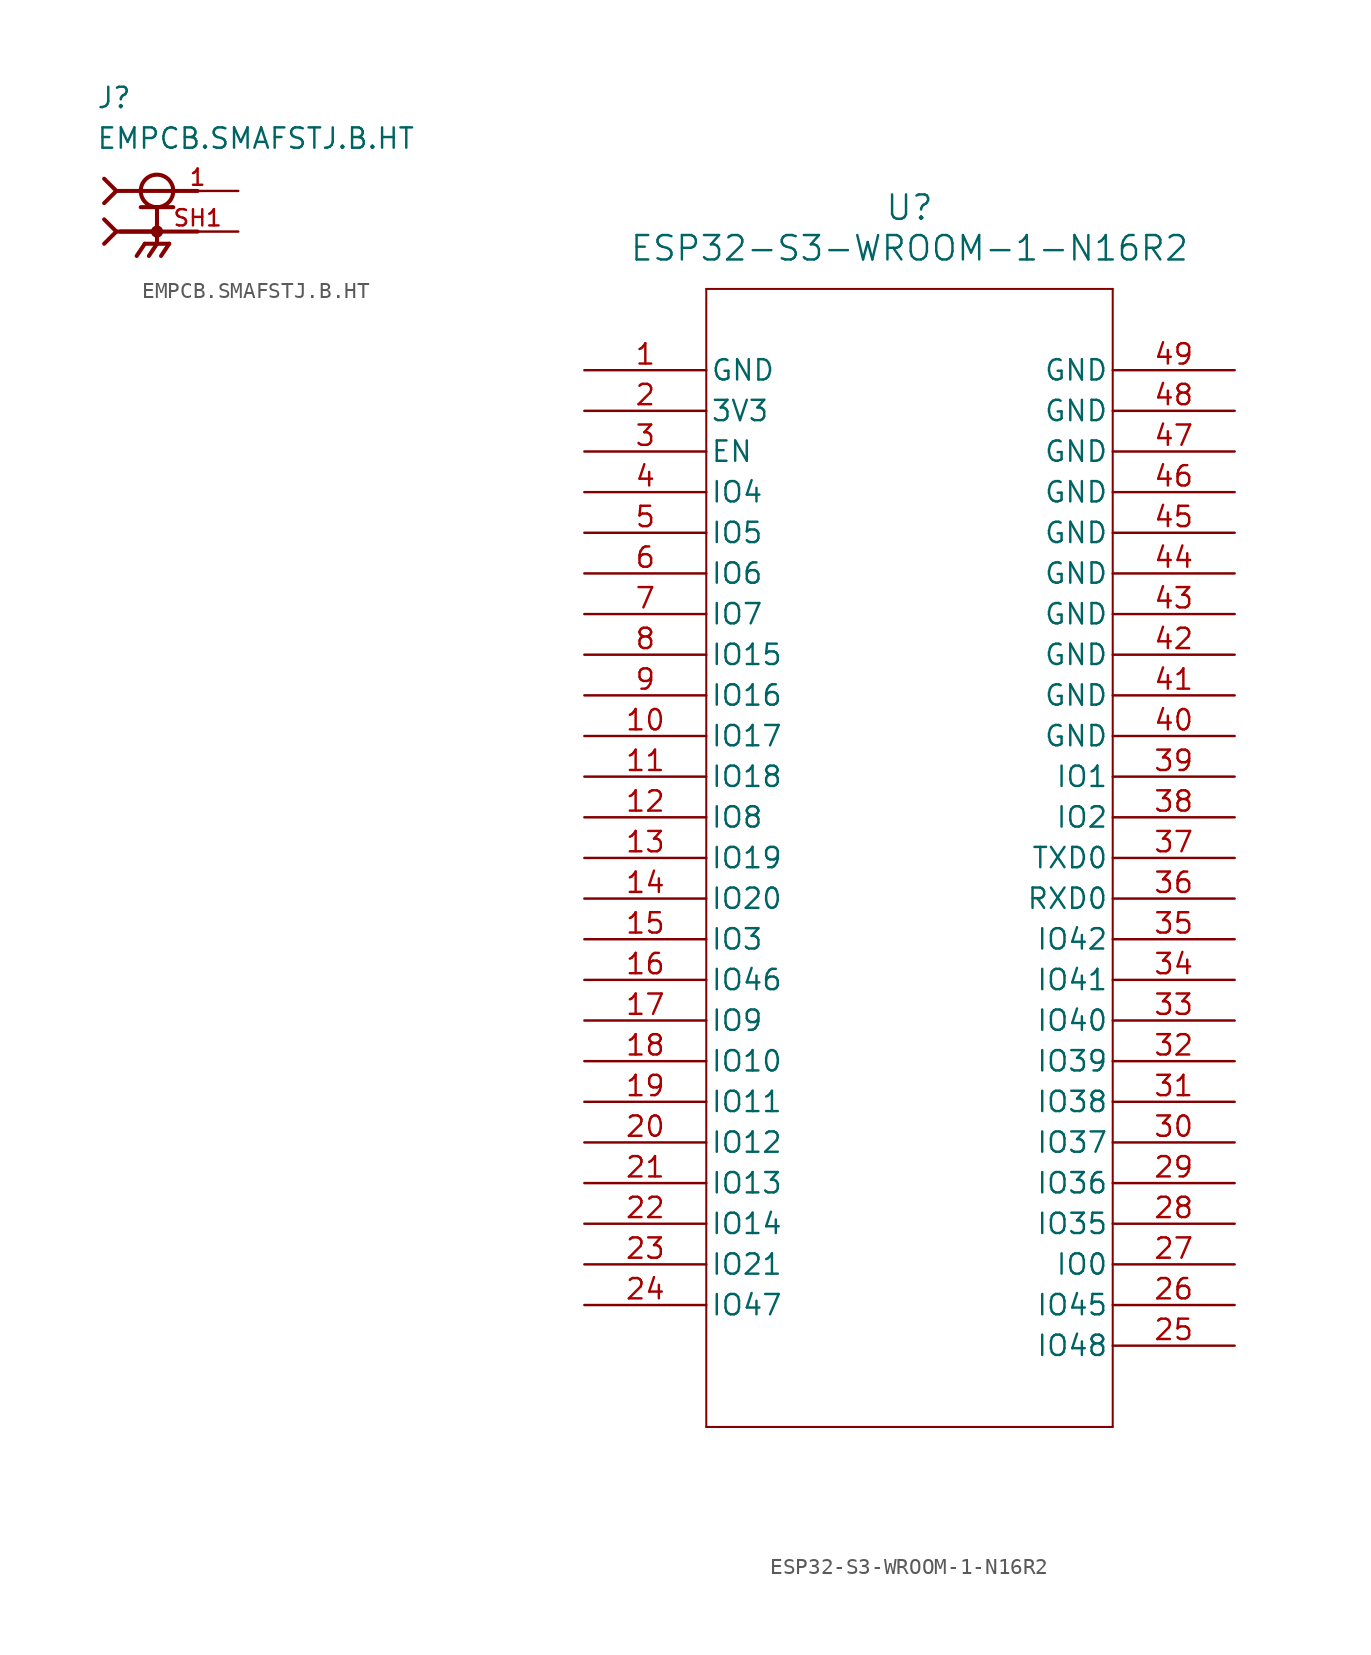
<source format=kicad_sym>
(kicad_symbol_lib
  (version 20220914)
  (generator kicad_symbol_editor)
  (symbol "EMPCB.SMAFSTJ.B.HT"
    (pin_names
      (offset 1.016))
    (property "Reference" "J"
      (at -3.81 7.62 0)
      (effects (font (size 1.27 1.27)) (justify left bottom)))
    (property "Value" "EMPCB.SMAFSTJ.B.HT"
      (at -3.81 5.08 0)
      (effects (font (size 1.27 1.27)) (justify left bottom)))
    (symbol "EMPCB.SMAFSTJ.B.HT_0_0"
      (polyline (pts (xy -3.302 -0.762) (xy -2.54 0)) (stroke (width 0.254) (type default)) (fill (type none)))
      (polyline (pts (xy -3.302 0.762) (xy -2.54 0)) (stroke (width 0.254) (type default)) (fill (type none)))
      (polyline (pts (xy -3.302 1.778) (xy -2.54 2.54)) (stroke (width 0.254) (type default)) (fill (type none)))
      (polyline (pts (xy -3.302 3.302) (xy -2.54 2.54)) (stroke (width 0.254) (type default)) (fill (type none)))
      (polyline (pts (xy -2.54 0) (xy 0 0)) (stroke (width 0.254) (type default)) (fill (type none)))
      (polyline (pts (xy -2.54 2.54) (xy 2.54 2.54)) (stroke (width 0.254) (type default)) (fill (type none)))
      (polyline (pts (xy -1.016 1.524) (xy 0 1.524)) (stroke (width 0.254) (type default)) (fill (type none)))
      (polyline (pts (xy -0.762 -0.762) (xy -1.27 -1.524)) (stroke (width 0.254) (type default)) (fill (type none)))
      (polyline (pts (xy 0 -0.762) (xy -0.762 -0.762)) (stroke (width 0.254) (type default)) (fill (type none)))
      (polyline (pts (xy 0 -0.762) (xy -0.508 -1.524)) (stroke (width 0.254) (type default)) (fill (type none)))
      (polyline (pts (xy 0 -0.762) (xy 0.762 -0.762)) (stroke (width 0.254) (type default)) (fill (type none)))
      (polyline (pts (xy 0 0) (xy -2.286 0)) (stroke (width 0.254) (type default)) (fill (type none)))
      (polyline (pts (xy 0 0) (xy 0 -0.762)) (stroke (width 0.254) (type default)) (fill (type none)))
      (polyline (pts (xy 0 1.524) (xy 0 0)) (stroke (width 0.254) (type default)) (fill (type none)))
      (polyline (pts (xy 0 1.524) (xy 1.016 1.524)) (stroke (width 0.254) (type default)) (fill (type none)))
      (polyline (pts (xy 0.762 -0.762) (xy 0.254 -1.524)) (stroke (width 0.254) (type default)) (fill (type none)))
      (polyline (pts (xy 2.54 0) (xy 0 0)) (stroke (width 0.254) (type default)) (fill (type none)))
      (circle (center 0 0) (radius 0.254) (stroke (width 0.254) (type default)) (fill (type none)))
      (circle (center 0 2.54) (radius 1.016) (stroke (width 0.254) (type default)) (fill (type none))))
    (symbol "EMPCB.SMAFSTJ.B.HT_1_0"
      (pin passive line (at 5.08 2.54 180) (length 5.08) (name "~" (effects (font (size 1.016 1.016)))) (number "1" (effects (font (size 1.016 1.016)))))
      (pin passive line (at 5.08 0 180) (length 5.08) (name "~" (effects (font (size 1.016 1.016)))) (number "SH1" (effects (font (size 1.016 1.016)))))))
  (symbol "ESP32-S3-WROOM-1-N16R2"
    (pin_names
      (offset 0.254))
    (property "Reference" "U"
      (at 20.32 10.16 0)
      (effects (font (size 1.524 1.524))))
    (property "Value" "ESP32-S3-WROOM-1-N16R2"
      (at 20.32 7.62 0)
      (effects (font (size 1.524 1.524))))
    (property "ki_locked" ""
      (at 0 0 0)
      (effects (font (size 1.27 1.27))))
    (symbol "ESP32-S3-WROOM-1-N16R2_0_1"
      (polyline (pts (xy 7.62 -66.04) (xy 33.02 -66.04)) (stroke (width 0.127) (type default)) (fill (type none)))
      (polyline (pts (xy 7.62 5.08) (xy 7.62 -66.04)) (stroke (width 0.127) (type default)) (fill (type none)))
      (polyline (pts (xy 33.02 -66.04) (xy 33.02 5.08)) (stroke (width 0.127) (type default)) (fill (type none)))
      (polyline (pts (xy 33.02 5.08) (xy 7.62 5.08)) (stroke (width 0.127) (type default)) (fill (type none)))
      (pin power_out line (at 0 0 0) (length 7.62) (name "GND" (effects (font (size 1.27 1.27)))) (number "1" (effects (font (size 1.27 1.27)))))
      (pin bidirectional line (at 0 -22.86 0) (length 7.62) (name "IO17" (effects (font (size 1.27 1.27)))) (number "10" (effects (font (size 1.27 1.27)))))
      (pin bidirectional line (at 0 -25.4 0) (length 7.62) (name "IO18" (effects (font (size 1.27 1.27)))) (number "11" (effects (font (size 1.27 1.27)))))
      (pin bidirectional line (at 0 -27.94 0) (length 7.62) (name "IO8" (effects (font (size 1.27 1.27)))) (number "12" (effects (font (size 1.27 1.27)))))
      (pin bidirectional line (at 0 -30.48 0) (length 7.62) (name "IO19" (effects (font (size 1.27 1.27)))) (number "13" (effects (font (size 1.27 1.27)))))
      (pin bidirectional line (at 0 -33.02 0) (length 7.62) (name "IO20" (effects (font (size 1.27 1.27)))) (number "14" (effects (font (size 1.27 1.27)))))
      (pin bidirectional line (at 0 -35.56 0) (length 7.62) (name "IO3" (effects (font (size 1.27 1.27)))) (number "15" (effects (font (size 1.27 1.27)))))
      (pin bidirectional line (at 0 -38.1 0) (length 7.62) (name "IO46" (effects (font (size 1.27 1.27)))) (number "16" (effects (font (size 1.27 1.27)))))
      (pin bidirectional line (at 0 -40.64 0) (length 7.62) (name "IO9" (effects (font (size 1.27 1.27)))) (number "17" (effects (font (size 1.27 1.27)))))
      (pin bidirectional line (at 0 -43.18 0) (length 7.62) (name "IO10" (effects (font (size 1.27 1.27)))) (number "18" (effects (font (size 1.27 1.27)))))
      (pin bidirectional line (at 0 -45.72 0) (length 7.62) (name "IO11" (effects (font (size 1.27 1.27)))) (number "19" (effects (font (size 1.27 1.27)))))
      (pin power_in line (at 0 -2.54 0) (length 7.62) (name "3V3" (effects (font (size 1.27 1.27)))) (number "2" (effects (font (size 1.27 1.27)))))
      (pin bidirectional line (at 0 -48.26 0) (length 7.62) (name "IO12" (effects (font (size 1.27 1.27)))) (number "20" (effects (font (size 1.27 1.27)))))
      (pin bidirectional line (at 0 -50.8 0) (length 7.62) (name "IO13" (effects (font (size 1.27 1.27)))) (number "21" (effects (font (size 1.27 1.27)))))
      (pin bidirectional line (at 0 -53.34 0) (length 7.62) (name "IO14" (effects (font (size 1.27 1.27)))) (number "22" (effects (font (size 1.27 1.27)))))
      (pin bidirectional line (at 0 -55.88 0) (length 7.62) (name "IO21" (effects (font (size 1.27 1.27)))) (number "23" (effects (font (size 1.27 1.27)))))
      (pin bidirectional line (at 0 -58.42 0) (length 7.62) (name "IO47" (effects (font (size 1.27 1.27)))) (number "24" (effects (font (size 1.27 1.27)))))
      (pin bidirectional line (at 40.64 -60.96 180) (length 7.62) (name "IO48" (effects (font (size 1.27 1.27)))) (number "25" (effects (font (size 1.27 1.27)))))
      (pin bidirectional line (at 40.64 -58.42 180) (length 7.62) (name "IO45" (effects (font (size 1.27 1.27)))) (number "26" (effects (font (size 1.27 1.27)))))
      (pin bidirectional line (at 40.64 -55.88 180) (length 7.62) (name "IO0" (effects (font (size 1.27 1.27)))) (number "27" (effects (font (size 1.27 1.27)))))
      (pin bidirectional line (at 40.64 -53.34 180) (length 7.62) (name "IO35" (effects (font (size 1.27 1.27)))) (number "28" (effects (font (size 1.27 1.27)))))
      (pin bidirectional line (at 40.64 -50.8 180) (length 7.62) (name "IO36" (effects (font (size 1.27 1.27)))) (number "29" (effects (font (size 1.27 1.27)))))
      (pin input line (at 0 -5.08 0) (length 7.62) (name "EN" (effects (font (size 1.27 1.27)))) (number "3" (effects (font (size 1.27 1.27)))))
      (pin bidirectional line (at 40.64 -48.26 180) (length 7.62) (name "IO37" (effects (font (size 1.27 1.27)))) (number "30" (effects (font (size 1.27 1.27)))))
      (pin bidirectional line (at 40.64 -45.72 180) (length 7.62) (name "IO38" (effects (font (size 1.27 1.27)))) (number "31" (effects (font (size 1.27 1.27)))))
      (pin bidirectional line (at 40.64 -43.18 180) (length 7.62) (name "IO39" (effects (font (size 1.27 1.27)))) (number "32" (effects (font (size 1.27 1.27)))))
      (pin bidirectional line (at 40.64 -40.64 180) (length 7.62) (name "IO40" (effects (font (size 1.27 1.27)))) (number "33" (effects (font (size 1.27 1.27)))))
      (pin bidirectional line (at 40.64 -38.1 180) (length 7.62) (name "IO41" (effects (font (size 1.27 1.27)))) (number "34" (effects (font (size 1.27 1.27)))))
      (pin bidirectional line (at 40.64 -35.56 180) (length 7.62) (name "IO42" (effects (font (size 1.27 1.27)))) (number "35" (effects (font (size 1.27 1.27)))))
      (pin bidirectional line (at 40.64 -33.02 180) (length 7.62) (name "RXD0" (effects (font (size 1.27 1.27)))) (number "36" (effects (font (size 1.27 1.27)))))
      (pin bidirectional line (at 40.64 -30.48 180) (length 7.62) (name "TXD0" (effects (font (size 1.27 1.27)))) (number "37" (effects (font (size 1.27 1.27)))))
      (pin bidirectional line (at 40.64 -27.94 180) (length 7.62) (name "IO2" (effects (font (size 1.27 1.27)))) (number "38" (effects (font (size 1.27 1.27)))))
      (pin bidirectional line (at 40.64 -25.4 180) (length 7.62) (name "IO1" (effects (font (size 1.27 1.27)))) (number "39" (effects (font (size 1.27 1.27)))))
      (pin bidirectional line (at 0 -7.62 0) (length 7.62) (name "IO4" (effects (font (size 1.27 1.27)))) (number "4" (effects (font (size 1.27 1.27)))))
      (pin power_out line (at 40.64 -22.86 180) (length 7.62) (name "GND" (effects (font (size 1.27 1.27)))) (number "40" (effects (font (size 1.27 1.27)))))
      (pin power_out line (at 40.64 -20.32 180) (length 7.62) (name "GND" (effects (font (size 1.27 1.27)))) (number "41" (effects (font (size 1.27 1.27)))))
      (pin power_out line (at 40.64 -17.78 180) (length 7.62) (name "GND" (effects (font (size 1.27 1.27)))) (number "42" (effects (font (size 1.27 1.27)))))
      (pin power_out line (at 40.64 -15.24 180) (length 7.62) (name "GND" (effects (font (size 1.27 1.27)))) (number "43" (effects (font (size 1.27 1.27)))))
      (pin power_out line (at 40.64 -12.7 180) (length 7.62) (name "GND" (effects (font (size 1.27 1.27)))) (number "44" (effects (font (size 1.27 1.27)))))
      (pin power_out line (at 40.64 -10.16 180) (length 7.62) (name "GND" (effects (font (size 1.27 1.27)))) (number "45" (effects (font (size 1.27 1.27)))))
      (pin power_out line (at 40.64 -7.62 180) (length 7.62) (name "GND" (effects (font (size 1.27 1.27)))) (number "46" (effects (font (size 1.27 1.27)))))
      (pin power_out line (at 40.64 -5.08 180) (length 7.62) (name "GND" (effects (font (size 1.27 1.27)))) (number "47" (effects (font (size 1.27 1.27)))))
      (pin power_out line (at 40.64 -2.54 180) (length 7.62) (name "GND" (effects (font (size 1.27 1.27)))) (number "48" (effects (font (size 1.27 1.27)))))
      (pin power_out line (at 40.64 0 180) (length 7.62) (name "GND" (effects (font (size 1.27 1.27)))) (number "49" (effects (font (size 1.27 1.27)))))
      (pin bidirectional line (at 0 -10.16 0) (length 7.62) (name "IO5" (effects (font (size 1.27 1.27)))) (number "5" (effects (font (size 1.27 1.27)))))
      (pin bidirectional line (at 0 -12.7 0) (length 7.62) (name "IO6" (effects (font (size 1.27 1.27)))) (number "6" (effects (font (size 1.27 1.27)))))
      (pin bidirectional line (at 0 -15.24 0) (length 7.62) (name "IO7" (effects (font (size 1.27 1.27)))) (number "7" (effects (font (size 1.27 1.27)))))
      (pin bidirectional line (at 0 -17.78 0) (length 7.62) (name "IO15" (effects (font (size 1.27 1.27)))) (number "8" (effects (font (size 1.27 1.27)))))
      (pin bidirectional line (at 0 -20.32 0) (length 7.62) (name "IO16" (effects (font (size 1.27 1.27)))) (number "9" (effects (font (size 1.27 1.27))))))))
</source>
